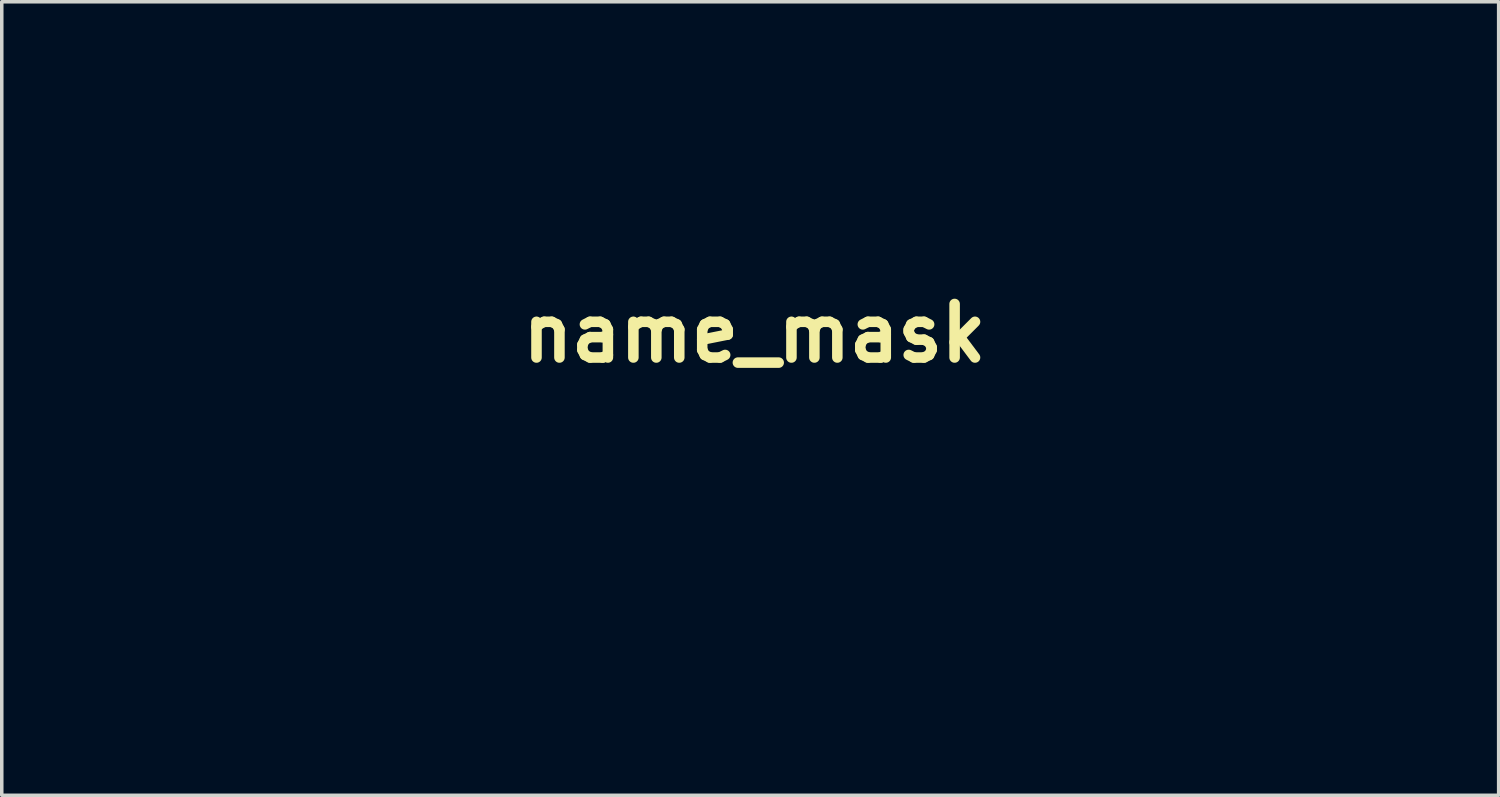
<source format=kicad_pcb>
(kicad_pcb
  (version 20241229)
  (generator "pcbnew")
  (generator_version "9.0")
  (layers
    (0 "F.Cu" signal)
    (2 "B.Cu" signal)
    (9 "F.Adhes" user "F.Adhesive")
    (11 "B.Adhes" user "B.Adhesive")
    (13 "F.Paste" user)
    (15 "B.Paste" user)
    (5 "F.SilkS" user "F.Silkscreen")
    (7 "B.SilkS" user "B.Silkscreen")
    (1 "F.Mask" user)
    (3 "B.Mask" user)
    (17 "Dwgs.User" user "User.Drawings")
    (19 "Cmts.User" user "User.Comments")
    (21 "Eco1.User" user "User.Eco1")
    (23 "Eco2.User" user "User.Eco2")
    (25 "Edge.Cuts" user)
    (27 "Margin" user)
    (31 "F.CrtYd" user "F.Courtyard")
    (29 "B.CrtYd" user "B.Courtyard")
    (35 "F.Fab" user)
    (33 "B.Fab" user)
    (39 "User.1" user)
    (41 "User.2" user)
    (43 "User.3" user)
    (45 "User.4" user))
  (footprint "name_mask"
    (layer "F.Cu")
    (at 18.426 6.437)
    (property "Reference" "name_mask" (at 0 0 0) (layer "F.SilkS") (effects (font (size 1.524 1.524) (thickness 0.3))))
    (attr through_hole)
    (fp_poly (pts (xy 7.751 10.055) (xy 7.758 10.061) (xy 7.772 10.101) (xy 7.753 10.137) (xy 7.729 10.145) (xy 7.697 10.126) (xy 7.69 10.117) (xy 7.687 10.078) (xy 7.714 10.052) (xy 7.751 10.055)) (stroke (width 0.01) (type solid)) (fill yes) (layer "F.Mask"))
    (fp_poly (pts (xy 4.458 1.788) (xy 4.535 1.84) (xy 4.589 1.922) (xy 4.607 2.021) (xy 4.588 2.132) (xy 4.53 2.212) (xy 4.461 2.252) (xy 4.403 2.275) (xy 4.37 2.286) (xy 4.368 2.286) (xy 4.341 2.277) (xy 4.31 2.267) (xy 4.207 2.212) (xy 4.142 2.131) (xy 4.117 2.036) (xy 4.137 1.936) (xy 4.189 1.855) (xy 4.274 1.791) (xy 4.367 1.771) (xy 4.458 1.788)) (stroke (width 0.01) (type solid)) (fill yes) (layer "F.Mask"))
    (fp_poly (pts (xy -16.852 -5.479) (xy -16.761 -5.442) (xy -16.715 -5.419) (xy -16.51 -5.298) (xy -16.338 -5.168) (xy -16.201 -5.032) (xy -16.102 -4.893) (xy -16.042 -4.757) (xy -16.024 -4.626) (xy -16.049 -4.503) (xy -16.12 -4.393) (xy -16.132 -4.381) (xy -16.226 -4.314) (xy -16.321 -4.295) (xy -16.411 -4.325) (xy -16.456 -4.361) (xy -16.505 -4.432) (xy -16.549 -4.548) (xy -16.574 -4.64) (xy -16.63 -4.841) (xy -16.687 -5.006) (xy -16.752 -5.149) (xy -16.831 -5.284) (xy -16.834 -5.289) (xy -16.893 -5.389) (xy -16.916 -5.454) (xy -16.903 -5.483) (xy -16.852 -5.479)) (stroke (width 0.01) (type solid)) (fill yes) (layer "F.Mask"))
    (fp_poly (pts (xy 7.413 -1.786) (xy 7.504 -1.752) (xy 7.557 -1.727) (xy 7.808 -1.584) (xy 8.027 -1.426) (xy 8.208 -1.257) (xy 8.346 -1.082) (xy 8.403 -0.981) (xy 8.457 -0.833) (xy 8.476 -0.69) (xy 8.463 -0.56) (xy 8.419 -0.449) (xy 8.347 -0.366) (xy 8.25 -0.316) (xy 8.167 -0.306) (xy 8.097 -0.316) (xy 8.054 -0.333) (xy 8.006 -0.377) (xy 7.96 -0.458) (xy 7.914 -0.579) (xy 7.867 -0.741) (xy 7.793 -0.985) (xy 7.709 -1.192) (xy 7.609 -1.377) (xy 7.485 -1.554) (xy 7.444 -1.605) (xy 7.376 -1.698) (xy 7.349 -1.759) (xy 7.361 -1.788) (xy 7.413 -1.786)) (stroke (width 0.01) (type solid)) (fill yes) (layer "F.Mask"))
    (fp_poly (pts (xy -10.976 -4.971) (xy -10.92 -4.941) (xy -10.84 -4.887) (xy -10.73 -4.803) (xy -10.683 -4.766) (xy -10.522 -4.623) (xy -10.39 -4.472) (xy -10.291 -4.321) (xy -10.229 -4.176) (xy -10.208 -4.043) (xy -10.213 -3.984) (xy -10.253 -3.866) (xy -10.318 -3.774) (xy -10.401 -3.712) (xy -10.493 -3.688) (xy -10.585 -3.705) (xy -10.62 -3.725) (xy -10.663 -3.769) (xy -10.697 -3.838) (xy -10.725 -3.942) (xy -10.751 -4.087) (xy -10.755 -4.113) (xy -10.822 -4.418) (xy -10.938 -4.704) (xy -10.976 -4.776) (xy -11.024 -4.871) (xy -11.045 -4.932) (xy -11.038 -4.964) (xy -11.038 -4.965) (xy -11.013 -4.977) (xy -10.976 -4.971)) (stroke (width 0.01) (type solid)) (fill yes) (layer "F.Mask"))
    (fp_poly (pts (xy 2.276 -4.505) (xy 2.361 -4.451) (xy 2.461 -4.371) (xy 2.546 -4.297) (xy 2.617 -4.228) (xy 2.664 -4.174) (xy 2.674 -4.157) (xy 2.689 -4.125) (xy 2.697 -4.098) (xy 2.696 -4.077) (xy 2.68 -4.059) (xy 2.646 -4.046) (xy 2.589 -4.036) (xy 2.506 -4.028) (xy 2.392 -4.022) (xy 2.242 -4.018) (xy 2.053 -4.015) (xy 1.821 -4.013) (xy 1.61 -4.01) (xy 1.38 -4.008) (xy 1.165 -4.004) (xy 0.97 -4) (xy 0.8 -3.996) (xy 0.662 -3.991) (xy 0.561 -3.987) (xy 0.502 -3.982) (xy 0.491 -3.98) (xy 0.455 -3.974) (xy 0.432 -3.994) (xy 0.413 -4.051) (xy 0.407 -4.072) (xy 0.386 -4.151) (xy 0.369 -4.215) (xy 0.365 -4.229) (xy 0.363 -4.263) (xy 0.396 -4.262) (xy 0.4 -4.261) (xy 0.473 -4.246) (xy 0.589 -4.231) (xy 0.738 -4.219) (xy 0.913 -4.209) (xy 1.104 -4.201) (xy 1.302 -4.197) (xy 1.411 -4.196) (xy 1.869 -4.196) (xy 2.002 -4.361) (xy 2.081 -4.452) (xy 2.146 -4.506) (xy 2.207 -4.524) (xy 2.276 -4.505)) (stroke (width 0.01) (type solid)) (fill yes) (layer "F.Mask"))
    (fp_poly (pts (xy 7.952 2.341) (xy 7.97 2.355) (xy 7.98 2.39) (xy 7.983 2.456) (xy 7.984 2.555) (xy 7.984 2.771) (xy 8.496 2.771) (xy 8.478 2.854) (xy 8.458 2.916) (xy 8.433 2.954) (xy 8.432 2.955) (xy 8.394 2.964) (xy 8.32 2.971) (xy 8.223 2.974) (xy 8.191 2.974) (xy 7.978 2.975) (xy 7.99 3.604) (xy 7.995 3.832) (xy 8.003 4.02) (xy 8.012 4.166) (xy 8.022 4.265) (xy 8.032 4.314) (xy 8.075 4.383) (xy 8.138 4.412) (xy 8.225 4.402) (xy 8.339 4.354) (xy 8.442 4.309) (xy 8.512 4.295) (xy 8.545 4.31) (xy 8.538 4.35) (xy 8.489 4.412) (xy 8.449 4.45) (xy 8.308 4.549) (xy 8.159 4.609) (xy 8.011 4.627) (xy 7.873 4.601) (xy 7.833 4.583) (xy 7.758 4.533) (xy 7.696 4.471) (xy 7.693 4.467) (xy 7.677 4.443) (xy 7.665 4.415) (xy 7.656 4.377) (xy 7.649 4.323) (xy 7.643 4.246) (xy 7.64 4.141) (xy 7.637 4.001) (xy 7.634 3.819) (xy 7.633 3.685) (xy 7.625 2.975) (xy 7.497 2.975) (xy 7.422 2.973) (xy 7.386 2.964) (xy 7.376 2.939) (xy 7.378 2.906) (xy 7.395 2.853) (xy 7.442 2.826) (xy 7.468 2.82) (xy 7.552 2.795) (xy 7.62 2.751) (xy 7.681 2.679) (xy 7.745 2.57) (xy 7.764 2.533) (xy 7.815 2.436) (xy 7.854 2.377) (xy 7.887 2.347) (xy 7.922 2.339) (xy 7.923 2.339) (xy 7.952 2.341)) (stroke (width 0.01) (type solid)) (fill yes) (layer "F.Mask"))
    (fp_poly (pts (xy -16.01 2.748) (xy -15.845 2.788) (xy -15.7 2.86) (xy -15.564 2.968) (xy -15.533 2.998) (xy -15.403 3.162) (xy -15.315 3.347) (xy -15.269 3.545) (xy -15.265 3.748) (xy -15.304 3.948) (xy -15.384 4.138) (xy -15.506 4.31) (xy -15.539 4.345) (xy -15.705 4.478) (xy -15.897 4.568) (xy -16.111 4.614) (xy -16.182 4.619) (xy -16.315 4.619) (xy -16.429 4.607) (xy -16.488 4.593) (xy -16.701 4.5) (xy -16.875 4.376) (xy -17.009 4.22) (xy -17.102 4.036) (xy -17.138 3.913) (xy -17.161 3.692) (xy -17.145 3.541) (xy -16.747 3.541) (xy -16.733 3.745) (xy -16.69 3.944) (xy -16.621 4.123) (xy -16.571 4.211) (xy -16.462 4.335) (xy -16.334 4.415) (xy -16.194 4.448) (xy -16.047 4.433) (xy -15.941 4.392) (xy -15.86 4.34) (xy -15.799 4.27) (xy -15.758 4.199) (xy -15.721 4.12) (xy -15.7 4.047) (xy -15.69 3.962) (xy -15.687 3.85) (xy -15.704 3.597) (xy -15.751 3.376) (xy -15.829 3.191) (xy -15.937 3.045) (xy -15.966 3.017) (xy -16.085 2.94) (xy -16.217 2.905) (xy -16.352 2.91) (xy -16.479 2.952) (xy -16.589 3.029) (xy -16.671 3.139) (xy -16.687 3.174) (xy -16.733 3.346) (xy -16.747 3.541) (xy -17.145 3.541) (xy -17.138 3.479) (xy -17.07 3.28) (xy -16.962 3.101) (xy -16.815 2.948) (xy -16.634 2.828) (xy -16.603 2.813) (xy -16.514 2.774) (xy -16.439 2.751) (xy -16.359 2.739) (xy -16.253 2.736) (xy -16.209 2.736) (xy -16.01 2.748)) (stroke (width 0.01) (type solid)) (fill yes) (layer "F.Mask"))
    (fp_poly (pts (xy 13.382 2.748) (xy 13.547 2.788) (xy 13.691 2.86) (xy 13.828 2.968) (xy 13.859 2.998) (xy 13.989 3.162) (xy 14.077 3.347) (xy 14.123 3.545) (xy 14.126 3.748) (xy 14.088 3.948) (xy 14.008 4.138) (xy 13.886 4.31) (xy 13.853 4.345) (xy 13.687 4.478) (xy 13.495 4.568) (xy 13.281 4.614) (xy 13.21 4.619) (xy 13.077 4.619) (xy 12.963 4.607) (xy 12.903 4.593) (xy 12.69 4.5) (xy 12.516 4.376) (xy 12.383 4.22) (xy 12.29 4.036) (xy 12.254 3.913) (xy 12.23 3.692) (xy 12.247 3.541) (xy 12.644 3.541) (xy 12.659 3.745) (xy 12.702 3.944) (xy 12.771 4.123) (xy 12.821 4.211) (xy 12.93 4.335) (xy 13.058 4.415) (xy 13.198 4.448) (xy 13.345 4.433) (xy 13.45 4.392) (xy 13.531 4.34) (xy 13.593 4.27) (xy 13.634 4.199) (xy 13.671 4.12) (xy 13.692 4.047) (xy 13.702 3.962) (xy 13.704 3.85) (xy 13.688 3.597) (xy 13.641 3.376) (xy 13.563 3.191) (xy 13.455 3.045) (xy 13.426 3.017) (xy 13.307 2.94) (xy 13.175 2.905) (xy 13.04 2.91) (xy 12.913 2.952) (xy 12.803 3.029) (xy 12.721 3.139) (xy 12.704 3.174) (xy 12.659 3.346) (xy 12.644 3.541) (xy 12.247 3.541) (xy 12.254 3.479) (xy 12.321 3.28) (xy 12.43 3.101) (xy 12.577 2.948) (xy 12.758 2.828) (xy 12.789 2.813) (xy 12.877 2.774) (xy 12.952 2.751) (xy 13.033 2.739) (xy 13.139 2.736) (xy 13.183 2.736) (xy 13.382 2.748)) (stroke (width 0.01) (type solid)) (fill yes) (layer "F.Mask"))
    (fp_poly (pts (xy 4.548 2.734) (xy 4.551 2.762) (xy 4.554 2.835) (xy 4.555 2.946) (xy 4.556 3.09) (xy 4.556 3.259) (xy 4.555 3.449) (xy 4.554 3.556) (xy 4.552 3.784) (xy 4.55 3.968) (xy 4.551 4.11) (xy 4.554 4.219) (xy 4.562 4.297) (xy 4.574 4.352) (xy 4.592 4.388) (xy 4.617 4.411) (xy 4.65 4.426) (xy 4.693 4.438) (xy 4.723 4.446) (xy 4.793 4.472) (xy 4.825 4.503) (xy 4.831 4.533) (xy 4.83 4.553) (xy 4.821 4.568) (xy 4.799 4.578) (xy 4.755 4.584) (xy 4.684 4.587) (xy 4.578 4.589) (xy 4.43 4.589) (xy 4.37 4.589) (xy 4.195 4.588) (xy 4.066 4.585) (xy 3.977 4.58) (xy 3.923 4.572) (xy 3.899 4.56) (xy 3.897 4.557) (xy 3.902 4.508) (xy 3.948 4.466) (xy 4.022 4.44) (xy 4.065 4.431) (xy 4.099 4.419) (xy 4.125 4.399) (xy 4.143 4.365) (xy 4.156 4.311) (xy 4.164 4.231) (xy 4.168 4.12) (xy 4.169 3.972) (xy 4.17 3.781) (xy 4.17 3.699) (xy 4.17 3.491) (xy 4.169 3.327) (xy 4.166 3.202) (xy 4.159 3.111) (xy 4.147 3.046) (xy 4.129 3.003) (xy 4.103 2.976) (xy 4.069 2.958) (xy 4.024 2.944) (xy 3.995 2.936) (xy 3.924 2.904) (xy 3.895 2.858) (xy 3.895 2.853) (xy 3.895 2.817) (xy 3.92 2.801) (xy 3.982 2.797) (xy 3.987 2.797) (xy 4.059 2.792) (xy 4.162 2.78) (xy 4.276 2.764) (xy 4.31 2.758) (xy 4.411 2.742) (xy 4.491 2.733) (xy 4.54 2.732) (xy 4.548 2.734)) (stroke (width 0.01) (type solid)) (fill yes) (layer "F.Mask"))
    (fp_poly (pts (xy -11.214 -2.862) (xy -11.152 -2.834) (xy -11.062 -2.791) (xy -10.955 -2.738) (xy -10.945 -2.733) (xy -10.66 -2.593) (xy -9.12 -2.593) (xy -8.973 -2.733) (xy -8.892 -2.807) (xy -8.832 -2.847) (xy -8.78 -2.852) (xy -8.719 -2.825) (xy -8.637 -2.767) (xy -8.632 -2.763) (xy -8.523 -2.675) (xy -8.433 -2.593) (xy -8.37 -2.524) (xy -8.341 -2.474) (xy -8.34 -2.466) (xy -8.357 -2.425) (xy -8.4 -2.368) (xy -8.428 -2.339) (xy -8.517 -2.253) (xy -8.53 -0.244) (xy -8.617 -0.185) (xy -8.722 -0.138) (xy -8.832 -0.126) (xy -8.932 -0.15) (xy -8.989 -0.19) (xy -9.025 -0.235) (xy -9.044 -0.288) (xy -9.051 -0.368) (xy -9.051 -0.406) (xy -9.051 -0.559) (xy -10.73 -0.559) (xy -10.73 -0.368) (xy -10.731 -0.265) (xy -10.74 -0.199) (xy -10.758 -0.155) (xy -10.789 -0.116) (xy -10.792 -0.113) (xy -10.853 -0.07) (xy -10.915 -0.051) (xy -10.917 -0.051) (xy -10.98 -0.047) (xy -11.013 -0.04) (xy -11.06 -0.04) (xy -11.126 -0.053) (xy -11.129 -0.054) (xy -11.189 -0.077) (xy -11.225 -0.102) (xy -11.226 -0.103) (xy -11.229 -0.132) (xy -11.232 -0.206) (xy -11.234 -0.318) (xy -11.237 -0.464) (xy -11.239 -0.638) (xy -11.241 -0.835) (xy -11.243 -1.047) (xy -11.245 -1.271) (xy -11.246 -1.5) (xy -11.247 -1.729) (xy -11.248 -1.952) (xy -11.248 -2.163) (xy -11.248 -2.357) (xy -11.248 -2.39) (xy -10.73 -2.39) (xy -10.73 -0.763) (xy -9.051 -0.763) (xy -9.051 -2.39) (xy -10.73 -2.39) (xy -11.248 -2.39) (xy -11.247 -2.528) (xy -11.246 -2.671) (xy -11.245 -2.78) (xy -11.242 -2.849) (xy -11.24 -2.873) (xy -11.214 -2.862)) (stroke (width 0.01) (type solid)) (fill yes) (layer "F.Mask"))
    (fp_poly (pts (xy -10.132 -6.35) (xy -10.066 -6.343) (xy -9.97 -6.331) (xy -9.864 -6.317) (xy -9.682 -6.288) (xy -9.548 -6.257) (xy -9.456 -6.224) (xy -9.404 -6.187) (xy -9.391 -6.166) (xy -9.397 -6.115) (xy -9.44 -6.056) (xy -9.513 -6) (xy -9.541 -5.984) (xy -9.571 -5.967) (xy -9.591 -5.946) (xy -9.603 -5.912) (xy -9.609 -5.854) (xy -9.611 -5.763) (xy -9.611 -5.669) (xy -9.611 -5.39) (xy -8.886 -5.391) (xy -8.726 -5.568) (xy -8.641 -5.658) (xy -8.574 -5.716) (xy -8.513 -5.741) (xy -8.45 -5.733) (xy -8.374 -5.691) (xy -8.276 -5.616) (xy -8.2 -5.553) (xy -8.108 -5.473) (xy -8.029 -5.403) (xy -7.974 -5.35) (xy -7.95 -5.322) (xy -7.938 -5.302) (xy -7.931 -5.284) (xy -7.932 -5.269) (xy -7.944 -5.257) (xy -7.971 -5.246) (xy -8.015 -5.237) (xy -8.081 -5.23) (xy -8.171 -5.224) (xy -8.289 -5.22) (xy -8.439 -5.216) (xy -8.623 -5.213) (xy -8.845 -5.211) (xy -9.109 -5.209) (xy -9.417 -5.207) (xy -9.705 -5.206) (xy -10 -5.204) (xy -10.281 -5.201) (xy -10.543 -5.198) (xy -10.784 -5.195) (xy -10.997 -5.192) (xy -11.179 -5.189) (xy -11.326 -5.185) (xy -11.433 -5.181) (xy -11.496 -5.178) (xy -11.511 -5.176) (xy -11.557 -5.17) (xy -11.585 -5.202) (xy -11.592 -5.219) (xy -11.614 -5.29) (xy -11.633 -5.372) (xy -11.633 -5.372) (xy -11.649 -5.46) (xy -11.539 -5.437) (xy -11.484 -5.43) (xy -11.385 -5.422) (xy -11.253 -5.415) (xy -11.095 -5.408) (xy -10.919 -5.402) (xy -10.774 -5.398) (xy -10.119 -5.383) (xy -10.121 -5.609) (xy -10.124 -5.743) (xy -10.13 -5.899) (xy -10.14 -6.049) (xy -10.143 -6.089) (xy -10.151 -6.197) (xy -10.157 -6.283) (xy -10.159 -6.338) (xy -10.158 -6.35) (xy -10.132 -6.35)) (stroke (width 0.01) (type solid)) (fill yes) (layer "F.Mask"))
    (fp_poly (pts (xy -8.943 -4.96) (xy -8.779 -4.901) (xy -8.64 -4.843) (xy -8.53 -4.789) (xy -8.458 -4.743) (xy -8.43 -4.712) (xy -8.434 -4.658) (xy -8.478 -4.609) (xy -8.554 -4.573) (xy -8.593 -4.564) (xy -8.637 -4.553) (xy -8.675 -4.533) (xy -8.715 -4.495) (xy -8.765 -4.432) (xy -8.832 -4.336) (xy -8.856 -4.302) (xy -8.941 -4.179) (xy -9.046 -4.037) (xy -9.154 -3.894) (xy -9.238 -3.788) (xy -9.453 -3.521) (xy -9.119 -3.514) (xy -8.784 -3.507) (xy -8.607 -3.699) (xy -8.528 -3.78) (xy -8.458 -3.843) (xy -8.406 -3.883) (xy -8.385 -3.891) (xy -8.341 -3.874) (xy -8.272 -3.829) (xy -8.186 -3.765) (xy -8.092 -3.687) (xy -7.998 -3.605) (xy -7.915 -3.526) (xy -7.849 -3.458) (xy -7.812 -3.407) (xy -7.806 -3.39) (xy -7.826 -3.353) (xy -7.853 -3.333) (xy -7.886 -3.328) (xy -7.965 -3.324) (xy -8.084 -3.319) (xy -8.239 -3.315) (xy -8.426 -3.312) (xy -8.638 -3.309) (xy -8.872 -3.306) (xy -9.123 -3.304) (xy -9.386 -3.302) (xy -9.656 -3.3) (xy -9.928 -3.299) (xy -10.198 -3.298) (xy -10.461 -3.298) (xy -10.712 -3.299) (xy -10.946 -3.3) (xy -11.159 -3.301) (xy -11.346 -3.303) (xy -11.501 -3.306) (xy -11.621 -3.309) (xy -11.701 -3.313) (xy -11.735 -3.317) (xy -11.736 -3.318) (xy -11.759 -3.399) (xy -11.777 -3.476) (xy -11.786 -3.533) (xy -11.785 -3.555) (xy -11.757 -3.556) (xy -11.693 -3.549) (xy -11.612 -3.537) (xy -11.54 -3.529) (xy -11.421 -3.522) (xy -11.262 -3.517) (xy -11.067 -3.513) (xy -10.841 -3.51) (xy -10.59 -3.509) (xy -10.559 -3.509) (xy -9.669 -3.509) (xy -9.561 -3.754) (xy -9.405 -4.13) (xy -9.285 -4.469) (xy -9.201 -4.773) (xy -9.168 -4.937) (xy -9.152 -5.03) (xy -8.943 -4.96)) (stroke (width 0.01) (type solid)) (fill yes) (layer "F.Mask"))
    (fp_poly (pts (xy 12.032 2.745) (xy 12.059 2.755) (xy 12.14 2.811) (xy 12.177 2.892) (xy 12.175 2.966) (xy 12.148 3.003) (xy 12.088 3.05) (xy 12.021 3.089) (xy 11.877 3.164) (xy 11.816 3.108) (xy 11.734 3.059) (xy 11.645 3.055) (xy 11.559 3.091) (xy 11.482 3.162) (xy 11.422 3.265) (xy 11.393 3.357) (xy 11.383 3.427) (xy 11.375 3.536) (xy 11.369 3.671) (xy 11.366 3.82) (xy 11.365 3.9) (xy 11.366 4.068) (xy 11.37 4.193) (xy 11.383 4.283) (xy 11.409 4.344) (xy 11.453 4.386) (xy 11.52 4.416) (xy 11.613 4.441) (xy 11.702 4.46) (xy 11.756 4.486) (xy 11.772 4.533) (xy 11.772 4.59) (xy 11.248 4.59) (xy 11.06 4.589) (xy 10.919 4.586) (xy 10.818 4.582) (xy 10.753 4.574) (xy 10.719 4.565) (xy 10.711 4.557) (xy 10.716 4.508) (xy 10.762 4.466) (xy 10.836 4.44) (xy 10.879 4.431) (xy 10.913 4.419) (xy 10.939 4.399) (xy 10.958 4.364) (xy 10.97 4.31) (xy 10.978 4.229) (xy 10.982 4.117) (xy 10.984 3.967) (xy 10.984 3.774) (xy 10.984 3.709) (xy 10.984 3.509) (xy 10.983 3.353) (xy 10.981 3.235) (xy 10.977 3.15) (xy 10.972 3.091) (xy 10.964 3.051) (xy 10.953 3.025) (xy 10.938 3.006) (xy 10.933 3) (xy 10.878 2.962) (xy 10.833 2.949) (xy 10.751 2.935) (xy 10.71 2.892) (xy 10.704 2.858) (xy 10.709 2.821) (xy 10.733 2.803) (xy 10.788 2.796) (xy 10.825 2.796) (xy 10.915 2.79) (xy 11.028 2.777) (xy 11.123 2.761) (xy 11.215 2.745) (xy 11.29 2.737) (xy 11.332 2.739) (xy 11.333 2.739) (xy 11.354 2.774) (xy 11.364 2.857) (xy 11.365 2.906) (xy 11.365 3.061) (xy 11.461 2.97) (xy 11.617 2.839) (xy 11.763 2.759) (xy 11.901 2.727) (xy 12.032 2.745)) (stroke (width 0.01) (type solid)) (fill yes) (layer "F.Mask"))
    (fp_poly (pts (xy -7.432 2.749) (xy -7.282 2.797) (xy -7.155 2.881) (xy -7.08 2.957) (xy -7.011 3.063) (xy -6.95 3.199) (xy -6.908 3.343) (xy -6.89 3.475) (xy -6.89 3.483) (xy -6.89 3.579) (xy -7.024 3.594) (xy -7.092 3.6) (xy -7.2 3.606) (xy -7.337 3.613) (xy -7.493 3.62) (xy -7.647 3.626) (xy -8.136 3.643) (xy -8.136 3.725) (xy -8.117 3.859) (xy -8.067 4.001) (xy -7.992 4.132) (xy -7.954 4.181) (xy -7.827 4.29) (xy -7.679 4.357) (xy -7.52 4.382) (xy -7.358 4.364) (xy -7.202 4.304) (xy -7.064 4.203) (xy -6.999 4.16) (xy -6.942 4.152) (xy -6.903 4.179) (xy -6.895 4.2) (xy -6.908 4.252) (xy -6.957 4.319) (xy -7.032 4.392) (xy -7.125 4.464) (xy -7.227 4.524) (xy -7.236 4.529) (xy -7.326 4.57) (xy -7.406 4.595) (xy -7.496 4.609) (xy -7.614 4.617) (xy -7.634 4.618) (xy -7.766 4.62) (xy -7.866 4.613) (xy -7.951 4.595) (xy -8.006 4.577) (xy -8.181 4.489) (xy -8.323 4.364) (xy -8.434 4.2) (xy -8.446 4.176) (xy -8.484 4.097) (xy -8.508 4.033) (xy -8.522 3.968) (xy -8.528 3.886) (xy -8.53 3.775) (xy -8.53 3.725) (xy -8.529 3.598) (xy -8.525 3.508) (xy -8.517 3.458) (xy -8.154 3.458) (xy -7.897 3.455) (xy -7.764 3.452) (xy -7.629 3.446) (xy -7.513 3.439) (xy -7.475 3.436) (xy -7.31 3.42) (xy -7.318 3.318) (xy -7.35 3.182) (xy -7.416 3.063) (xy -7.508 2.971) (xy -7.617 2.913) (xy -7.71 2.898) (xy -7.847 2.922) (xy -7.963 2.989) (xy -8.053 3.096) (xy -8.114 3.24) (xy -8.134 3.329) (xy -8.154 3.458) (xy -8.517 3.458) (xy -8.514 3.439) (xy -8.493 3.376) (xy -8.461 3.304) (xy -8.448 3.277) (xy -8.332 3.096) (xy -8.178 2.939) (xy -7.999 2.819) (xy -7.964 2.801) (xy -7.873 2.764) (xy -7.789 2.743) (xy -7.689 2.735) (xy -7.615 2.734) (xy -7.432 2.749)) (stroke (width 0.01) (type solid)) (fill yes) (layer "F.Mask"))
    (fp_poly (pts (xy -1.031 -6.399) (xy -0.941 -6.376) (xy -0.83 -6.342) (xy -0.709 -6.303) (xy -0.59 -6.261) (xy -0.486 -6.22) (xy -0.407 -6.186) (xy -0.368 -6.162) (xy -0.325 -6.102) (xy -0.332 -6.048) (xy -0.388 -6.001) (xy -0.477 -5.967) (xy -0.597 -5.932) (xy -0.714 -5.604) (xy -0.858 -5.218) (xy -1.005 -4.872) (xy -1.159 -4.555) (xy -1.184 -4.508) (xy -1.239 -4.403) (xy -1.283 -4.314) (xy -1.312 -4.252) (xy -1.322 -4.225) (xy -1.299 -4.208) (xy -1.242 -4.192) (xy -1.211 -4.187) (xy -1.092 -4.162) (xy -1.005 -4.125) (xy -0.958 -4.081) (xy -0.955 -4.075) (xy -0.956 -4.015) (xy -1 -3.956) (xy -1.067 -3.916) (xy -1.144 -3.884) (xy -1.144 -0.047) (xy -1.218 0.027) (xy -1.276 0.075) (xy -1.329 0.101) (xy -1.339 0.102) (xy -1.405 0.108) (xy -1.437 0.113) (xy -1.496 0.113) (xy -1.569 0.099) (xy -1.569 0.099) (xy -1.635 0.067) (xy -1.679 0.023) (xy -1.68 0.023) (xy -1.685 -0.004) (xy -1.69 -0.061) (xy -1.693 -0.151) (xy -1.694 -0.277) (xy -1.695 -0.44) (xy -1.694 -0.644) (xy -1.692 -0.889) (xy -1.689 -1.179) (xy -1.684 -1.515) (xy -1.679 -1.849) (xy -1.674 -2.148) (xy -1.67 -2.432) (xy -1.667 -2.697) (xy -1.664 -2.939) (xy -1.662 -3.154) (xy -1.66 -3.338) (xy -1.659 -3.486) (xy -1.659 -3.595) (xy -1.66 -3.66) (xy -1.661 -3.678) (xy -1.68 -3.664) (xy -1.724 -3.616) (xy -1.786 -3.542) (xy -1.861 -3.448) (xy -1.877 -3.427) (xy -2.037 -3.228) (xy -2.17 -3.071) (xy -2.277 -2.956) (xy -2.357 -2.884) (xy -2.41 -2.855) (xy -2.424 -2.855) (xy -2.46 -2.889) (xy -2.457 -2.948) (xy -2.415 -3.036) (xy -2.389 -3.076) (xy -2.177 -3.41) (xy -1.976 -3.773) (xy -1.787 -4.155) (xy -1.615 -4.549) (xy -1.463 -4.946) (xy -1.333 -5.336) (xy -1.23 -5.713) (xy -1.157 -6.066) (xy -1.13 -6.261) (xy -1.117 -6.339) (xy -1.1 -6.393) (xy -1.087 -6.407) (xy -1.031 -6.399)) (stroke (width 0.01) (type solid)) (fill yes) (layer "F.Mask"))
    (fp_poly (pts (xy 3.615 2.744) (xy 3.697 2.786) (xy 3.748 2.853) (xy 3.762 2.94) (xy 3.759 2.964) (xy 3.733 2.999) (xy 3.675 3.045) (xy 3.608 3.086) (xy 3.466 3.163) (xy 3.395 3.107) (xy 3.3 3.059) (xy 3.203 3.061) (xy 3.107 3.114) (xy 3.104 3.117) (xy 3.053 3.169) (xy 3.014 3.235) (xy 2.986 3.321) (xy 2.967 3.434) (xy 2.955 3.581) (xy 2.95 3.768) (xy 2.949 3.88) (xy 2.95 4.039) (xy 2.951 4.155) (xy 2.954 4.236) (xy 2.96 4.289) (xy 2.971 4.323) (xy 2.987 4.346) (xy 3.008 4.365) (xy 3.013 4.368) (xy 3.082 4.407) (xy 3.165 4.434) (xy 3.172 4.435) (xy 3.267 4.454) (xy 3.323 4.473) (xy 3.349 4.497) (xy 3.356 4.532) (xy 3.356 4.534) (xy 3.355 4.553) (xy 3.347 4.567) (xy 3.327 4.577) (xy 3.287 4.584) (xy 3.221 4.588) (xy 3.123 4.589) (xy 2.985 4.59) (xy 2.832 4.59) (xy 2.644 4.589) (xy 2.503 4.586) (xy 2.402 4.582) (xy 2.337 4.574) (xy 2.303 4.565) (xy 2.295 4.557) (xy 2.3 4.508) (xy 2.346 4.466) (xy 2.42 4.44) (xy 2.464 4.43) (xy 2.499 4.418) (xy 2.525 4.397) (xy 2.543 4.362) (xy 2.555 4.305) (xy 2.563 4.223) (xy 2.567 4.107) (xy 2.568 3.954) (xy 2.568 3.755) (xy 2.568 3.736) (xy 2.567 3.559) (xy 2.564 3.395) (xy 2.56 3.254) (xy 2.555 3.142) (xy 2.549 3.068) (xy 2.544 3.042) (xy 2.525 3.004) (xy 2.494 2.978) (xy 2.439 2.958) (xy 2.358 2.939) (xy 2.305 2.914) (xy 2.288 2.866) (xy 2.288 2.86) (xy 2.293 2.822) (xy 2.315 2.803) (xy 2.369 2.797) (xy 2.409 2.796) (xy 2.499 2.79) (xy 2.612 2.776) (xy 2.708 2.76) (xy 2.819 2.742) (xy 2.889 2.744) (xy 2.929 2.771) (xy 2.946 2.83) (xy 2.949 2.918) (xy 2.949 3.058) (xy 3.072 2.943) (xy 3.15 2.875) (xy 3.226 2.818) (xy 3.273 2.788) (xy 3.395 2.742) (xy 3.512 2.728) (xy 3.615 2.744)) (stroke (width 0.01) (type solid)) (fill yes) (layer "F.Mask"))
    (fp_poly (pts (xy 1.233 -6.423) (xy 1.298 -6.408) (xy 1.39 -6.383) (xy 1.496 -6.35) (xy 1.606 -6.314) (xy 1.709 -6.279) (xy 1.793 -6.246) (xy 1.837 -6.226) (xy 1.908 -6.175) (xy 1.932 -6.123) (xy 1.909 -6.075) (xy 1.862 -6.046) (xy 1.81 -6.023) (xy 1.784 -6.01) (xy 1.793 -5.988) (xy 1.826 -5.934) (xy 1.875 -5.856) (xy 1.909 -5.805) (xy 1.992 -5.694) (xy 2.106 -5.561) (xy 2.239 -5.416) (xy 2.384 -5.268) (xy 2.53 -5.126) (xy 2.67 -5) (xy 2.794 -4.899) (xy 2.863 -4.849) (xy 3.115 -4.7) (xy 3.404 -4.559) (xy 3.716 -4.432) (xy 4.038 -4.324) (xy 4.195 -4.28) (xy 4.268 -4.25) (xy 4.291 -4.212) (xy 4.265 -4.169) (xy 4.19 -4.125) (xy 4.113 -4.085) (xy 4.055 -4.04) (xy 4.005 -3.975) (xy 3.95 -3.878) (xy 3.939 -3.855) (xy 3.898 -3.781) (xy 3.865 -3.742) (xy 3.827 -3.729) (xy 3.791 -3.729) (xy 3.711 -3.749) (xy 3.6 -3.799) (xy 3.465 -3.876) (xy 3.312 -3.974) (xy 3.149 -4.09) (xy 2.98 -4.218) (xy 2.814 -4.354) (xy 2.655 -4.494) (xy 2.517 -4.627) (xy 2.375 -4.777) (xy 2.245 -4.929) (xy 2.121 -5.091) (xy 1.997 -5.271) (xy 1.867 -5.479) (xy 1.724 -5.723) (xy 1.692 -5.78) (xy 1.622 -5.904) (xy 1.495 -5.692) (xy 1.241 -5.313) (xy 0.943 -4.944) (xy 0.608 -4.592) (xy 0.241 -4.264) (xy -0.15 -3.967) (xy -0.178 -3.948) (xy -0.277 -3.881) (xy -0.388 -3.81) (xy -0.503 -3.739) (xy -0.612 -3.672) (xy -0.707 -3.617) (xy -0.778 -3.578) (xy -0.818 -3.56) (xy -0.821 -3.56) (xy -0.845 -3.579) (xy -0.862 -3.605) (xy -0.874 -3.632) (xy -0.874 -3.657) (xy -0.856 -3.687) (xy -0.814 -3.728) (xy -0.744 -3.787) (xy -0.648 -3.864) (xy -0.398 -4.08) (xy -0.148 -4.326) (xy 0.096 -4.594) (xy 0.329 -4.876) (xy 0.546 -5.167) (xy 0.741 -5.458) (xy 0.908 -5.741) (xy 1.042 -6.011) (xy 1.121 -6.209) (xy 1.154 -6.303) (xy 1.182 -6.377) (xy 1.201 -6.419) (xy 1.204 -6.424) (xy 1.233 -6.423)) (stroke (width 0.01) (type solid)) (fill yes) (layer "F.Mask"))
    (fp_poly (pts (xy -10.28 3.1) (xy -10.135 2.959) (xy -10.026 2.863) (xy -9.93 2.799) (xy -9.828 2.759) (xy -9.702 2.735) (xy -9.683 2.733) (xy -9.5 2.734) (xy -9.332 2.779) (xy -9.184 2.865) (xy -9.058 2.988) (xy -8.959 3.143) (xy -8.891 3.325) (xy -8.856 3.532) (xy -8.855 3.719) (xy -8.895 3.936) (xy -8.979 4.135) (xy -9.105 4.309) (xy -9.268 4.454) (xy -9.427 4.547) (xy -9.593 4.6) (xy -9.783 4.619) (xy -9.981 4.603) (xy -10.174 4.554) (xy -10.174 4.554) (xy -10.343 4.493) (xy -10.458 4.56) (xy -10.55 4.609) (xy -10.606 4.626) (xy -10.629 4.613) (xy -10.63 4.608) (xy -10.63 4.58) (xy -10.63 4.506) (xy -10.63 4.39) (xy -10.63 4.238) (xy -10.63 4.055) (xy -10.63 4.05) (xy -10.272 4.05) (xy -10.27 4.128) (xy -10.264 4.18) (xy -10.253 4.215) (xy -10.237 4.242) (xy -10.217 4.264) (xy -10.159 4.313) (xy -10.077 4.366) (xy -10.03 4.39) (xy -9.943 4.426) (xy -9.86 4.443) (xy -9.757 4.444) (xy -9.732 4.443) (xy -9.634 4.436) (xy -9.569 4.42) (xy -9.518 4.391) (xy -9.481 4.36) (xy -9.388 4.24) (xy -9.322 4.087) (xy -9.283 3.913) (xy -9.271 3.728) (xy -9.285 3.541) (xy -9.326 3.365) (xy -9.394 3.209) (xy -9.489 3.084) (xy -9.492 3.081) (xy -9.594 3.008) (xy -9.711 2.966) (xy -9.826 2.959) (xy -9.892 2.976) (xy -10.018 3.05) (xy -10.13 3.158) (xy -10.203 3.265) (xy -10.224 3.31) (xy -10.239 3.36) (xy -10.25 3.424) (xy -10.257 3.511) (xy -10.263 3.63) (xy -10.267 3.784) (xy -10.271 3.938) (xy -10.272 4.05) (xy -10.63 4.05) (xy -10.63 3.845) (xy -10.629 3.614) (xy -10.628 3.366) (xy -10.628 3.293) (xy -10.628 2.954) (xy -10.628 2.663) (xy -10.63 2.419) (xy -10.634 2.222) (xy -10.638 2.074) (xy -10.643 1.976) (xy -10.65 1.928) (xy -10.651 1.926) (xy -10.684 1.875) (xy -10.744 1.84) (xy -10.792 1.826) (xy -10.874 1.794) (xy -10.92 1.755) (xy -10.925 1.714) (xy -10.915 1.701) (xy -10.882 1.688) (xy -10.811 1.674) (xy -10.718 1.659) (xy -10.691 1.655) (xy -10.576 1.64) (xy -10.462 1.625) (xy -10.374 1.613) (xy -10.369 1.612) (xy -10.25 1.595) (xy -10.28 3.1)) (stroke (width 0.01) (type solid)) (fill yes) (layer "F.Mask"))
    (fp_poly (pts (xy 9.72 2.731) (xy 9.877 2.766) (xy 10.007 2.833) (xy 10.036 2.856) (xy 10.084 2.901) (xy 10.123 2.947) (xy 10.152 2.999) (xy 10.175 3.064) (xy 10.19 3.15) (xy 10.202 3.262) (xy 10.21 3.408) (xy 10.216 3.594) (xy 10.219 3.725) (xy 10.226 3.953) (xy 10.234 4.133) (xy 10.243 4.265) (xy 10.254 4.351) (xy 10.266 4.391) (xy 10.301 4.429) (xy 10.362 4.449) (xy 10.418 4.454) (xy 10.502 4.469) (xy 10.542 4.496) (xy 10.544 4.53) (xy 10.512 4.565) (xy 10.452 4.597) (xy 10.366 4.619) (xy 10.266 4.627) (xy 10.127 4.606) (xy 10.013 4.542) (xy 9.931 4.44) (xy 9.928 4.434) (xy 9.874 4.33) (xy 9.793 4.426) (xy 9.689 4.514) (xy 9.552 4.579) (xy 9.395 4.618) (xy 9.23 4.628) (xy 9.072 4.607) (xy 9.017 4.59) (xy 8.891 4.521) (xy 8.799 4.42) (xy 8.745 4.297) (xy 8.733 4.159) (xy 8.737 4.138) (xy 9.154 4.138) (xy 9.177 4.252) (xy 9.23 4.348) (xy 9.263 4.379) (xy 9.344 4.415) (xy 9.449 4.423) (xy 9.556 4.405) (xy 9.637 4.367) (xy 9.731 4.281) (xy 9.794 4.17) (xy 9.83 4.025) (xy 9.84 3.859) (xy 9.839 3.751) (xy 9.835 3.685) (xy 9.826 3.652) (xy 9.81 3.643) (xy 9.795 3.645) (xy 9.746 3.657) (xy 9.668 3.675) (xy 9.606 3.689) (xy 9.43 3.744) (xy 9.294 3.824) (xy 9.211 3.913) (xy 9.165 4.019) (xy 9.154 4.138) (xy 8.737 4.138) (xy 8.764 4.015) (xy 8.786 3.966) (xy 8.865 3.855) (xy 8.984 3.758) (xy 9.148 3.674) (xy 9.357 3.6) (xy 9.509 3.56) (xy 9.642 3.527) (xy 9.734 3.501) (xy 9.792 3.476) (xy 9.823 3.447) (xy 9.837 3.409) (xy 9.84 3.357) (xy 9.84 3.339) (xy 9.824 3.176) (xy 9.777 3.047) (xy 9.701 2.957) (xy 9.598 2.908) (xy 9.518 2.898) (xy 9.419 2.906) (xy 9.348 2.934) (xy 9.291 2.993) (xy 9.236 3.092) (xy 9.234 3.097) (xy 9.171 3.205) (xy 9.096 3.272) (xy 8.995 3.311) (xy 8.922 3.324) (xy 8.846 3.324) (xy 8.808 3.296) (xy 8.805 3.234) (xy 8.823 3.165) (xy 8.884 3.052) (xy 8.989 2.945) (xy 9.129 2.85) (xy 9.195 2.817) (xy 9.368 2.755) (xy 9.547 2.727) (xy 9.72 2.731)) (stroke (width 0.01) (type solid)) (fill yes) (layer "F.Mask"))
    (fp_poly (pts (xy -11.857 2.733) (xy -11.703 2.773) (xy -11.573 2.843) (xy -11.474 2.942) (xy -11.449 2.982) (xy -11.434 3.017) (xy -11.423 3.064) (xy -11.414 3.131) (xy -11.406 3.223) (xy -11.4 3.349) (xy -11.394 3.514) (xy -11.39 3.674) (xy -11.384 3.89) (xy -11.377 4.061) (xy -11.368 4.192) (xy -11.355 4.289) (xy -11.338 4.356) (xy -11.314 4.4) (xy -11.283 4.426) (xy -11.242 4.439) (xy -11.193 4.445) (xy -11.108 4.461) (xy -11.062 4.497) (xy -11.059 4.502) (xy -11.048 4.54) (xy -11.072 4.567) (xy -11.104 4.582) (xy -11.168 4.599) (xy -11.26 4.61) (xy -11.332 4.613) (xy -11.462 4.602) (xy -11.56 4.562) (xy -11.635 4.486) (xy -11.666 4.437) (xy -11.696 4.382) (xy -11.715 4.35) (xy -11.715 4.349) (xy -11.734 4.36) (xy -11.773 4.4) (xy -11.799 4.43) (xy -11.895 4.512) (xy -12.026 4.575) (xy -12.178 4.615) (xy -12.337 4.629) (xy -12.489 4.615) (xy -12.539 4.603) (xy -12.68 4.537) (xy -12.786 4.437) (xy -12.815 4.392) (xy -12.849 4.318) (xy -12.862 4.247) (xy -12.857 4.152) (xy -12.857 4.149) (xy -12.855 4.14) (xy -12.433 4.14) (xy -12.418 4.245) (xy -12.385 4.325) (xy -12.381 4.331) (xy -12.298 4.398) (xy -12.193 4.428) (xy -12.078 4.42) (xy -11.967 4.374) (xy -11.942 4.357) (xy -11.858 4.276) (xy -11.801 4.169) (xy -11.766 4.029) (xy -11.751 3.87) (xy -11.74 3.633) (xy -11.813 3.65) (xy -12 3.695) (xy -12.142 3.74) (xy -12.249 3.788) (xy -12.326 3.844) (xy -12.381 3.909) (xy -12.401 3.943) (xy -12.428 4.033) (xy -12.433 4.14) (xy -12.855 4.14) (xy -12.828 4.017) (xy -12.767 3.903) (xy -12.672 3.805) (xy -12.537 3.719) (xy -12.36 3.642) (xy -12.137 3.572) (xy -12.09 3.559) (xy -11.973 3.528) (xy -11.874 3.5) (xy -11.804 3.479) (xy -11.773 3.467) (xy -11.772 3.467) (xy -11.761 3.428) (xy -11.76 3.355) (xy -11.768 3.265) (xy -11.782 3.172) (xy -11.801 3.092) (xy -11.815 3.057) (xy -11.879 2.966) (xy -11.969 2.915) (xy -12.09 2.899) (xy -12.192 2.913) (xy -12.271 2.961) (xy -12.338 3.049) (xy -12.372 3.119) (xy -12.42 3.208) (xy -12.476 3.266) (xy -12.555 3.301) (xy -12.669 3.323) (xy -12.681 3.324) (xy -12.789 3.337) (xy -12.789 3.251) (xy -12.764 3.131) (xy -12.688 3.018) (xy -12.563 2.913) (xy -12.389 2.815) (xy -12.373 2.808) (xy -12.201 2.749) (xy -12.026 2.724) (xy -11.857 2.733)) (stroke (width 0.01) (type solid)) (fill yes) (layer "F.Mask"))
    (fp_poly (pts (xy -18.23 -6.186) (xy -18.123 -6.136) (xy -18.017 -6.084) (xy -17.934 -6.041) (xy -17.928 -6.037) (xy -17.817 -5.975) (xy -13.359 -5.975) (xy -13.234 -6.102) (xy -13.152 -6.177) (xy -13.084 -6.22) (xy -13.051 -6.229) (xy -13.006 -6.214) (xy -12.934 -6.171) (xy -12.845 -6.108) (xy -12.796 -6.07) (xy -12.686 -5.976) (xy -12.618 -5.901) (xy -12.588 -5.839) (xy -12.596 -5.782) (xy -12.639 -5.723) (xy -12.675 -5.688) (xy -12.768 -5.606) (xy -12.76 -3.013) (xy -12.758 -2.593) (xy -12.757 -2.221) (xy -12.756 -1.894) (xy -12.756 -1.608) (xy -12.756 -1.362) (xy -12.756 -1.151) (xy -12.756 -0.973) (xy -12.758 -0.824) (xy -12.759 -0.702) (xy -12.762 -0.604) (xy -12.765 -0.527) (xy -12.769 -0.467) (xy -12.773 -0.421) (xy -12.779 -0.388) (xy -12.785 -0.362) (xy -12.792 -0.343) (xy -12.8 -0.326) (xy -12.804 -0.318) (xy -12.859 -0.233) (xy -12.931 -0.165) (xy -13.028 -0.11) (xy -13.158 -0.064) (xy -13.328 -0.023) (xy -13.393 -0.01) (xy -13.476 -0.015) (xy -13.539 -0.067) (xy -13.579 -0.159) (xy -13.611 -0.248) (xy -13.66 -0.32) (xy -13.732 -0.379) (xy -13.835 -0.432) (xy -13.977 -0.481) (xy -14.115 -0.521) (xy -14.24 -0.556) (xy -14.323 -0.585) (xy -14.369 -0.61) (xy -14.387 -0.638) (xy -14.383 -0.671) (xy -14.381 -0.676) (xy -14.364 -0.7) (xy -14.328 -0.71) (xy -14.26 -0.708) (xy -14.217 -0.704) (xy -14.078 -0.691) (xy -13.929 -0.681) (xy -13.779 -0.674) (xy -13.637 -0.671) (xy -13.514 -0.67) (xy -13.419 -0.673) (xy -13.36 -0.68) (xy -13.348 -0.684) (xy -13.342 -0.693) (xy -13.336 -0.713) (xy -13.331 -0.746) (xy -13.327 -0.796) (xy -13.323 -0.866) (xy -13.32 -0.957) (xy -13.317 -1.074) (xy -13.314 -1.219) (xy -13.312 -1.394) (xy -13.31 -1.604) (xy -13.309 -1.85) (xy -13.307 -2.135) (xy -13.306 -2.463) (xy -13.305 -2.836) (xy -13.303 -3.241) (xy -13.297 -5.772) (xy -17.881 -5.772) (xy -17.871 -2.937) (xy -17.861 -0.103) (xy -17.931 -0.034) (xy -17.98 0.007) (xy -18.038 0.031) (xy -18.122 0.043) (xy -18.159 0.045) (xy -18.269 0.046) (xy -18.341 0.032) (xy -18.37 0.017) (xy -18.377 0.01) (xy -18.384 0.002) (xy -18.39 -0.013) (xy -18.395 -0.035) (xy -18.4 -0.067) (xy -18.404 -0.113) (xy -18.408 -0.175) (xy -18.411 -0.255) (xy -18.413 -0.357) (xy -18.415 -0.483) (xy -18.417 -0.636) (xy -18.418 -0.817) (xy -18.419 -1.031) (xy -18.42 -1.28) (xy -18.42 -1.566) (xy -18.42 -1.892) (xy -18.421 -2.261) (xy -18.421 -2.675) (xy -18.421 -3.137) (xy -18.421 -6.273) (xy -18.23 -6.186)) (stroke (width 0.01) (type solid)) (fill yes) (layer "F.Mask"))
    (fp_poly (pts (xy 6.565 2.736) (xy 6.708 2.798) (xy 6.766 2.841) (xy 6.812 2.882) (xy 6.848 2.925) (xy 6.876 2.974) (xy 6.898 3.038) (xy 6.913 3.121) (xy 6.924 3.231) (xy 6.931 3.374) (xy 6.937 3.556) (xy 6.941 3.737) (xy 6.954 4.385) (xy 7.087 4.433) (xy 7.168 4.467) (xy 7.209 4.498) (xy 7.221 4.535) (xy 7.219 4.554) (xy 7.21 4.568) (xy 7.186 4.578) (xy 7.14 4.584) (xy 7.065 4.588) (xy 6.955 4.589) (xy 6.803 4.589) (xy 6.763 4.589) (xy 6.601 4.589) (xy 6.482 4.588) (xy 6.4 4.585) (xy 6.349 4.58) (xy 6.32 4.571) (xy 6.308 4.558) (xy 6.306 4.54) (xy 6.306 4.534) (xy 6.32 4.491) (xy 6.371 4.459) (xy 6.401 4.448) (xy 6.471 4.422) (xy 6.522 4.396) (xy 6.528 4.392) (xy 6.538 4.359) (xy 6.547 4.285) (xy 6.553 4.177) (xy 6.558 4.046) (xy 6.56 3.899) (xy 6.56 3.747) (xy 6.559 3.598) (xy 6.555 3.461) (xy 6.549 3.346) (xy 6.54 3.26) (xy 6.533 3.224) (xy 6.497 3.145) (xy 6.443 3.079) (xy 6.438 3.075) (xy 6.392 3.045) (xy 6.34 3.03) (xy 6.266 3.029) (xy 6.207 3.033) (xy 6.042 3.067) (xy 5.908 3.141) (xy 5.806 3.255) (xy 5.778 3.305) (xy 5.758 3.348) (xy 5.743 3.392) (xy 5.733 3.444) (xy 5.726 3.514) (xy 5.723 3.611) (xy 5.721 3.742) (xy 5.721 3.892) (xy 5.721 4.064) (xy 5.723 4.192) (xy 5.728 4.284) (xy 5.739 4.347) (xy 5.759 4.387) (xy 5.788 4.413) (xy 5.829 4.431) (xy 5.88 4.448) (xy 5.946 4.478) (xy 5.973 4.516) (xy 5.975 4.534) (xy 5.974 4.554) (xy 5.965 4.568) (xy 5.941 4.578) (xy 5.897 4.584) (xy 5.824 4.587) (xy 5.716 4.589) (xy 5.566 4.589) (xy 5.517 4.589) (xy 5.355 4.589) (xy 5.236 4.588) (xy 5.154 4.585) (xy 5.103 4.58) (xy 5.075 4.571) (xy 5.062 4.558) (xy 5.06 4.54) (xy 5.06 4.535) (xy 5.071 4.498) (xy 5.112 4.467) (xy 5.193 4.433) (xy 5.327 4.385) (xy 5.333 3.746) (xy 5.334 3.55) (xy 5.333 3.376) (xy 5.33 3.232) (xy 5.325 3.123) (xy 5.319 3.057) (xy 5.315 3.042) (xy 5.282 2.993) (xy 5.219 2.96) (xy 5.175 2.947) (xy 5.103 2.924) (xy 5.069 2.898) (xy 5.06 2.859) (xy 5.06 2.857) (xy 5.067 2.816) (xy 5.1 2.799) (xy 5.145 2.797) (xy 5.21 2.792) (xy 5.307 2.781) (xy 5.418 2.764) (xy 5.455 2.758) (xy 5.585 2.739) (xy 5.669 2.735) (xy 5.704 2.744) (xy 5.716 2.781) (xy 5.723 2.853) (xy 5.723 2.937) (xy 5.718 3.105) (xy 5.902 2.95) (xy 6.074 2.828) (xy 6.245 2.751) (xy 6.41 2.72) (xy 6.565 2.736)) (stroke (width 0.01) (type solid)) (fill yes) (layer "F.Mask"))
    (fp_poly (pts (xy -14.814 -5.534) (xy -14.737 -5.51) (xy -14.637 -5.476) (xy -14.527 -5.435) (xy -14.418 -5.393) (xy -14.324 -5.354) (xy -14.26 -5.325) (xy -14.19 -5.283) (xy -14.139 -5.241) (xy -14.126 -5.222) (xy -14.129 -5.167) (xy -14.174 -5.118) (xy -14.254 -5.082) (xy -14.312 -5.07) (xy -14.369 -5.06) (xy -14.412 -5.043) (xy -14.451 -5.01) (xy -14.497 -4.951) (xy -14.561 -4.86) (xy -14.629 -4.763) (xy -14.72 -4.644) (xy -14.821 -4.516) (xy -14.92 -4.395) (xy -14.923 -4.392) (xy -15.154 -4.119) (xy -14.404 -4.122) (xy -14.289 -4.26) (xy -14.201 -4.361) (xy -14.134 -4.425) (xy -14.08 -4.455) (xy -14.033 -4.457) (xy -13.998 -4.444) (xy -13.933 -4.403) (xy -13.85 -4.343) (xy -13.758 -4.271) (xy -13.669 -4.195) (xy -13.591 -4.126) (xy -13.535 -4.069) (xy -13.511 -4.036) (xy -13.504 -4.006) (xy -13.506 -3.981) (xy -13.522 -3.961) (xy -13.556 -3.946) (xy -13.613 -3.934) (xy -13.697 -3.926) (xy -13.813 -3.921) (xy -13.965 -3.918) (xy -14.157 -3.916) (xy -14.395 -3.916) (xy -14.472 -3.916) (xy -15.357 -3.916) (xy -15.357 -1.653) (xy -14.561 -1.653) (xy -14.594 -3.459) (xy -14.537 -3.446) (xy -14.487 -3.437) (xy -14.402 -3.422) (xy -14.296 -3.404) (xy -14.247 -3.395) (xy -14.099 -3.368) (xy -13.995 -3.342) (xy -13.929 -3.315) (xy -13.894 -3.282) (xy -13.882 -3.242) (xy -13.882 -3.238) (xy -13.9 -3.187) (xy -13.958 -3.141) (xy -13.978 -3.13) (xy -14.073 -3.081) (xy -14.073 -1.134) (xy -14.159 -1.075) (xy -14.258 -1.032) (xy -14.367 -1.017) (xy -14.468 -1.034) (xy -14.512 -1.057) (xy -14.543 -1.084) (xy -14.56 -1.124) (xy -14.567 -1.188) (xy -14.569 -1.273) (xy -14.569 -1.449) (xy -16.648 -1.449) (xy -16.658 -1.256) (xy -16.665 -1.152) (xy -16.677 -1.086) (xy -16.697 -1.044) (xy -16.727 -1.014) (xy -16.795 -0.983) (xy -16.89 -0.967) (xy -16.989 -0.968) (xy -17.072 -0.987) (xy -17.098 -1) (xy -17.109 -1.011) (xy -17.118 -1.027) (xy -17.125 -1.053) (xy -17.131 -1.095) (xy -17.136 -1.155) (xy -17.139 -1.239) (xy -17.142 -1.351) (xy -17.144 -1.495) (xy -17.145 -1.675) (xy -17.146 -1.897) (xy -17.147 -2.164) (xy -17.147 -2.236) (xy -17.149 -3.438) (xy -16.997 -3.421) (xy -16.854 -3.402) (xy -16.717 -3.377) (xy -16.599 -3.351) (xy -16.509 -3.323) (xy -16.458 -3.298) (xy -16.455 -3.296) (xy -16.435 -3.247) (xy -16.458 -3.194) (xy -16.518 -3.145) (xy -16.565 -3.124) (xy -16.654 -3.092) (xy -16.654 -1.653) (xy -15.865 -1.653) (xy -15.865 -3.92) (xy -16.696 -3.913) (xy -17.527 -3.907) (xy -17.562 -4.028) (xy -17.581 -4.099) (xy -17.59 -4.147) (xy -17.59 -4.157) (xy -17.562 -4.158) (xy -17.497 -4.154) (xy -17.407 -4.146) (xy -17.378 -4.143) (xy -17.304 -4.138) (xy -17.187 -4.133) (xy -17.034 -4.129) (xy -16.853 -4.125) (xy -16.651 -4.123) (xy -16.437 -4.121) (xy -16.278 -4.12) (xy -15.38 -4.119) (xy -15.303 -4.291) (xy -15.164 -4.618) (xy -15.05 -4.932) (xy -14.965 -5.221) (xy -14.956 -5.256) (xy -14.925 -5.372) (xy -14.896 -5.464) (xy -14.872 -5.524) (xy -14.857 -5.542) (xy -14.814 -5.534)) (stroke (width 0.01) (type solid)) (fill yes) (layer "F.Mask"))
    (fp_poly (pts (xy -0.417 -3.549) (xy -0.351 -3.519) (xy -0.26 -3.476) (xy -0.173 -3.432) (xy 0.078 -3.305) (xy 3.046 -3.305) (xy 3.129 -3.401) (xy 3.204 -3.483) (xy 3.259 -3.529) (xy 3.304 -3.545) (xy 3.35 -3.536) (xy 3.375 -3.525) (xy 3.441 -3.481) (xy 3.52 -3.416) (xy 3.6 -3.342) (xy 3.668 -3.269) (xy 3.713 -3.209) (xy 3.724 -3.186) (xy 3.724 -3.14) (xy 3.69 -3.088) (xy 3.65 -3.049) (xy 3.561 -2.968) (xy 3.554 -1.613) (xy 3.552 -1.316) (xy 3.551 -1.066) (xy 3.549 -0.858) (xy 3.547 -0.688) (xy 3.545 -0.552) (xy 3.542 -0.446) (xy 3.538 -0.365) (xy 3.533 -0.305) (xy 3.526 -0.262) (xy 3.519 -0.232) (xy 3.509 -0.211) (xy 3.499 -0.193) (xy 3.493 -0.186) (xy 3.406 -0.104) (xy 3.287 -0.038) (xy 3.154 0.003) (xy 3.066 0.012) (xy 2.937 0.013) (xy 2.906 -0.113) (xy 2.875 -0.209) (xy 2.829 -0.278) (xy 2.759 -0.332) (xy 2.652 -0.38) (xy 2.616 -0.393) (xy 2.519 -0.433) (xy 2.467 -0.468) (xy 2.454 -0.497) (xy 2.459 -0.517) (xy 2.48 -0.53) (xy 2.527 -0.536) (xy 2.609 -0.537) (xy 2.694 -0.536) (xy 2.8 -0.532) (xy 2.887 -0.527) (xy 2.942 -0.522) (xy 2.954 -0.518) (xy 2.989 -0.519) (xy 3.025 -0.534) (xy 3.041 -0.544) (xy 3.053 -0.56) (xy 3.062 -0.589) (xy 3.068 -0.635) (xy 3.073 -0.706) (xy 3.075 -0.806) (xy 3.076 -0.943) (xy 3.076 -1.122) (xy 3.076 -1.209) (xy 3.076 -1.856) (xy 2.307 -1.856) (xy 2.325 -1.074) (xy 2.33 -0.806) (xy 2.333 -0.589) (xy 2.332 -0.422) (xy 2.328 -0.304) (xy 2.32 -0.236) (xy 2.317 -0.224) (xy 2.264 -0.15) (xy 2.18 -0.1) (xy 2.081 -0.078) (xy 1.983 -0.087) (xy 1.902 -0.13) (xy 1.896 -0.135) (xy 1.837 -0.194) (xy 1.85 -1.025) (xy 1.863 -1.856) (xy 1.17 -1.856) (xy 1.17 -1.021) (xy 1.17 -0.781) (xy 1.169 -0.587) (xy 1.166 -0.434) (xy 1.161 -0.316) (xy 1.151 -0.23) (xy 1.135 -0.169) (xy 1.113 -0.13) (xy 1.082 -0.106) (xy 1.043 -0.094) (xy 0.993 -0.087) (xy 0.943 -0.082) (xy 0.862 -0.078) (xy 0.809 -0.091) (xy 0.762 -0.126) (xy 0.748 -0.139) (xy 0.679 -0.209) (xy 0.697 -1.032) (xy 0.715 -1.856) (xy 0.025 -1.856) (xy 0.025 -0.079) (xy -0.033 -0.011) (xy -0.108 0.043) (xy -0.205 0.071) (xy -0.306 0.072) (xy -0.39 0.043) (xy -0.403 0.034) (xy -0.462 -0.014) (xy -0.466 -1.787) (xy -0.467 -2.114) (xy -0.466 -2.416) (xy -0.466 -2.689) (xy -0.464 -2.931) (xy -0.462 -3.102) (xy 0.025 -3.102) (xy 0.025 -2.059) (xy 0.712 -2.059) (xy 0.712 -3.102) (xy 1.17 -3.102) (xy 1.17 -2.059) (xy 1.856 -2.059) (xy 1.856 -3.102) (xy 2.314 -3.102) (xy 2.314 -2.059) (xy 3.076 -2.059) (xy 3.076 -3.102) (xy 2.314 -3.102) (xy 1.856 -3.102) (xy 1.17 -3.102) (xy 0.712 -3.102) (xy 0.025 -3.102) (xy -0.462 -3.102) (xy -0.462 -3.138) (xy -0.459 -3.307) (xy -0.456 -3.436) (xy -0.453 -3.52) (xy -0.448 -3.558) (xy -0.447 -3.56) (xy -0.417 -3.549)) (stroke (width 0.01) (type solid)) (fill yes) (layer "F.Mask"))
    (fp_poly (pts (xy -14.337 1.607) (xy -14.329 1.621) (xy -14.322 1.659) (xy -14.317 1.725) (xy -14.313 1.824) (xy -14.311 1.958) (xy -14.31 2.131) (xy -14.311 2.349) (xy -14.312 2.579) (xy -14.314 2.825) (xy -14.315 3.025) (xy -14.315 3.183) (xy -14.314 3.304) (xy -14.312 3.392) (xy -14.308 3.453) (xy -14.303 3.491) (xy -14.296 3.509) (xy -14.287 3.514) (xy -14.276 3.509) (xy -14.27 3.505) (xy -14.213 3.46) (xy -14.135 3.394) (xy -14.045 3.315) (xy -13.951 3.229) (xy -13.86 3.145) (xy -13.78 3.068) (xy -13.719 3.006) (xy -13.684 2.967) (xy -13.679 2.958) (xy -13.701 2.931) (xy -13.754 2.903) (xy -13.768 2.898) (xy -13.836 2.864) (xy -13.857 2.82) (xy -13.854 2.801) (xy -13.84 2.788) (xy -13.808 2.78) (xy -13.75 2.774) (xy -13.658 2.772) (xy -13.526 2.771) (xy -13.475 2.771) (xy -13.329 2.772) (xy -13.226 2.773) (xy -13.158 2.777) (xy -13.119 2.785) (xy -13.1 2.796) (xy -13.094 2.814) (xy -13.094 2.823) (xy -13.097 2.854) (xy -13.112 2.874) (xy -13.15 2.892) (xy -13.223 2.913) (xy -13.264 2.923) (xy -13.32 2.945) (xy -13.389 2.986) (xy -13.476 3.053) (xy -13.588 3.148) (xy -13.664 3.216) (xy -13.766 3.308) (xy -13.853 3.388) (xy -13.919 3.449) (xy -13.958 3.486) (xy -13.965 3.494) (xy -13.952 3.515) (xy -13.91 3.569) (xy -13.847 3.646) (xy -13.767 3.742) (xy -13.677 3.849) (xy -13.582 3.959) (xy -13.489 4.067) (xy -13.403 4.166) (xy -13.329 4.249) (xy -13.274 4.308) (xy -13.253 4.329) (xy -13.181 4.381) (xy -13.091 4.424) (xy -13.067 4.432) (xy -12.995 4.458) (xy -12.959 4.488) (xy -12.946 4.533) (xy -12.938 4.602) (xy -13.2 4.602) (xy -13.316 4.6) (xy -13.418 4.596) (xy -13.491 4.591) (xy -13.517 4.587) (xy -13.548 4.564) (xy -13.606 4.507) (xy -13.684 4.422) (xy -13.779 4.314) (xy -13.884 4.191) (xy -13.936 4.128) (xy -14.302 3.683) (xy -14.309 4.02) (xy -14.311 4.167) (xy -14.309 4.272) (xy -14.299 4.343) (xy -14.278 4.388) (xy -14.245 4.416) (xy -14.194 4.434) (xy -14.162 4.443) (xy -14.097 4.469) (xy -14.069 4.51) (xy -14.066 4.527) (xy -14.058 4.589) (xy -14.507 4.589) (xy -14.68 4.588) (xy -14.807 4.585) (xy -14.894 4.58) (xy -14.946 4.571) (xy -14.968 4.559) (xy -14.969 4.557) (xy -14.964 4.508) (xy -14.918 4.464) (xy -14.84 4.435) (xy -14.774 4.416) (xy -14.728 4.393) (xy -14.72 4.375) (xy -14.714 4.335) (xy -14.708 4.267) (xy -14.704 4.169) (xy -14.701 4.038) (xy -14.699 3.869) (xy -14.697 3.659) (xy -14.696 3.405) (xy -14.696 3.14) (xy -14.696 2.852) (xy -14.696 2.611) (xy -14.696 2.413) (xy -14.698 2.252) (xy -14.702 2.125) (xy -14.709 2.028) (xy -14.718 1.956) (xy -14.732 1.906) (xy -14.749 1.872) (xy -14.772 1.85) (xy -14.8 1.837) (xy -14.834 1.828) (xy -14.875 1.819) (xy -14.884 1.817) (xy -14.958 1.789) (xy -14.992 1.752) (xy -14.996 1.737) (xy -14.995 1.707) (xy -14.975 1.689) (xy -14.924 1.677) (xy -14.844 1.667) (xy -14.723 1.653) (xy -14.592 1.634) (xy -14.526 1.624) (xy -14.438 1.611) (xy -14.369 1.605) (xy -14.337 1.607)) (stroke (width 0.01) (type solid)) (fill yes) (layer "F.Mask"))
    (fp_poly (pts (xy -7.709 -6.219) (xy -7.701 -6.217) (xy -7.654 -6.198) (xy -7.574 -6.162) (xy -7.473 -6.114) (xy -7.392 -6.074) (xy -7.143 -5.95) (xy -6.087 -5.95) (xy -5.962 -6.077) (xy -5.879 -6.152) (xy -5.811 -6.195) (xy -5.779 -6.204) (xy -5.729 -6.186) (xy -5.657 -6.138) (xy -5.571 -6.069) (xy -5.483 -5.987) (xy -5.403 -5.901) (xy -5.382 -5.874) (xy -5.33 -5.791) (xy -5.325 -5.725) (xy -5.367 -5.671) (xy -5.431 -5.634) (xy -5.483 -5.605) (xy -5.526 -5.567) (xy -5.57 -5.509) (xy -5.621 -5.421) (xy -5.657 -5.354) (xy -5.833 -5.032) (xy -6.02 -4.708) (xy -6.208 -4.4) (xy -6.385 -4.126) (xy -6.462 -4.01) (xy -6.527 -3.909) (xy -6.576 -3.831) (xy -6.605 -3.782) (xy -6.61 -3.77) (xy -6.59 -3.746) (xy -6.54 -3.703) (xy -6.468 -3.648) (xy -6.459 -3.641) (xy -6.212 -3.442) (xy -5.992 -3.226) (xy -5.806 -3.001) (xy -5.661 -2.773) (xy -5.619 -2.689) (xy -5.532 -2.462) (xy -5.475 -2.226) (xy -5.449 -1.989) (xy -5.454 -1.762) (xy -5.489 -1.554) (xy -5.557 -1.375) (xy -5.563 -1.364) (xy -5.659 -1.23) (xy -5.785 -1.118) (xy -5.929 -1.032) (xy -6.08 -0.981) (xy -6.214 -0.971) (xy -6.272 -0.978) (xy -6.311 -0.997) (xy -6.343 -1.037) (xy -6.381 -1.112) (xy -6.388 -1.125) (xy -6.44 -1.219) (xy -6.502 -1.29) (xy -6.583 -1.345) (xy -6.695 -1.393) (xy -6.811 -1.431) (xy -6.929 -1.472) (xy -6.998 -1.511) (xy -7.018 -1.548) (xy -7.002 -1.575) (xy -6.969 -1.581) (xy -6.896 -1.582) (xy -6.792 -1.58) (xy -6.667 -1.575) (xy -6.622 -1.572) (xy -6.423 -1.562) (xy -6.269 -1.564) (xy -6.154 -1.583) (xy -6.073 -1.623) (xy -6.021 -1.691) (xy -5.992 -1.79) (xy -5.981 -1.925) (xy -5.981 -2.103) (xy -5.983 -2.148) (xy -5.988 -2.301) (xy -5.996 -2.415) (xy -6.009 -2.506) (xy -6.027 -2.586) (xy -6.054 -2.668) (xy -6.064 -2.695) (xy -6.144 -2.889) (xy -6.24 -3.068) (xy -6.359 -3.243) (xy -6.508 -3.427) (xy -6.628 -3.558) (xy -6.805 -3.747) (xy -6.642 -4.143) (xy -6.591 -4.272) (xy -6.531 -4.429) (xy -6.467 -4.604) (xy -6.4 -4.79) (xy -6.334 -4.979) (xy -6.272 -5.161) (xy -6.216 -5.329) (xy -6.169 -5.474) (xy -6.134 -5.589) (xy -6.115 -5.664) (xy -6.098 -5.746) (xy -7.224 -5.746) (xy -7.219 -2.907) (xy -7.214 -0.067) (xy -7.282 -0.008) (xy -7.36 0.034) (xy -7.46 0.053) (xy -7.562 0.05) (xy -7.647 0.023) (xy -7.678 0.000457) (xy -7.686 -0.008) (xy -7.693 -0.019) (xy -7.699 -0.036) (xy -7.704 -0.06) (xy -7.709 -0.096) (xy -7.713 -0.146) (xy -7.716 -0.212) (xy -7.719 -0.297) (xy -7.721 -0.404) (xy -7.723 -0.536) (xy -7.724 -0.696) (xy -7.725 -0.886) (xy -7.726 -1.11) (xy -7.727 -1.369) (xy -7.727 -1.667) (xy -7.727 -2.006) (xy -7.726 -2.39) (xy -7.726 -2.821) (xy -7.726 -2.993) (xy -7.726 -3.379) (xy -7.726 -3.753) (xy -7.726 -4.111) (xy -7.727 -4.449) (xy -7.728 -4.766) (xy -7.73 -5.057) (xy -7.731 -5.319) (xy -7.733 -5.548) (xy -7.735 -5.741) (xy -7.737 -5.896) (xy -7.739 -6.007) (xy -7.741 -6.073) (xy -7.742 -6.086) (xy -7.752 -6.168) (xy -7.752 -6.211) (xy -7.739 -6.225) (xy -7.709 -6.219)) (stroke (width 0.01) (type solid)) (fill yes) (layer "F.Mask"))
    (fp_poly (pts (xy 15.665 -6.192) (xy 15.712 -6.173) (xy 15.792 -6.137) (xy 15.893 -6.089) (xy 15.976 -6.049) (xy 16.227 -5.924) (xy 17.406 -5.924) (xy 17.531 -6.051) (xy 17.608 -6.122) (xy 17.674 -6.166) (xy 17.711 -6.178) (xy 17.761 -6.161) (xy 17.834 -6.116) (xy 17.919 -6.052) (xy 18.005 -5.977) (xy 18.08 -5.901) (xy 18.114 -5.861) (xy 18.169 -5.77) (xy 18.178 -5.698) (xy 18.141 -5.64) (xy 18.069 -5.598) (xy 18.019 -5.573) (xy 17.979 -5.542) (xy 17.941 -5.497) (xy 17.898 -5.427) (xy 17.843 -5.323) (xy 17.824 -5.285) (xy 17.62 -4.904) (xy 17.406 -4.538) (xy 17.168 -4.165) (xy 17.133 -4.112) (xy 17.052 -3.991) (xy 16.982 -3.885) (xy 16.928 -3.801) (xy 16.893 -3.746) (xy 16.882 -3.728) (xy 16.901 -3.709) (xy 16.952 -3.668) (xy 17.026 -3.611) (xy 17.072 -3.576) (xy 17.363 -3.333) (xy 17.605 -3.081) (xy 17.796 -2.819) (xy 17.938 -2.548) (xy 18.03 -2.268) (xy 18.072 -1.978) (xy 18.073 -1.794) (xy 18.048 -1.585) (xy 17.992 -1.409) (xy 17.9 -1.256) (xy 17.817 -1.162) (xy 17.697 -1.067) (xy 17.558 -0.995) (xy 17.415 -0.953) (xy 17.304 -0.946) (xy 17.244 -0.953) (xy 17.208 -0.971) (xy 17.181 -1.014) (xy 17.152 -1.089) (xy 17.111 -1.178) (xy 17.054 -1.249) (xy 16.973 -1.309) (xy 16.858 -1.365) (xy 16.701 -1.422) (xy 16.7 -1.422) (xy 16.576 -1.468) (xy 16.503 -1.508) (xy 16.48 -1.536) (xy 16.48 -1.551) (xy 16.494 -1.562) (xy 16.527 -1.568) (xy 16.586 -1.57) (xy 16.679 -1.569) (xy 16.812 -1.565) (xy 16.9 -1.561) (xy 17.097 -1.555) (xy 17.249 -1.557) (xy 17.362 -1.572) (xy 17.442 -1.604) (xy 17.494 -1.658) (xy 17.525 -1.738) (xy 17.539 -1.847) (xy 17.543 -1.992) (xy 17.544 -2.046) (xy 17.528 -2.313) (xy 17.478 -2.561) (xy 17.391 -2.797) (xy 17.264 -3.027) (xy 17.094 -3.26) (xy 16.906 -3.471) (xy 16.687 -3.699) (xy 16.857 -4.106) (xy 17.042 -4.566) (xy 17.195 -4.998) (xy 17.323 -5.41) (xy 17.326 -5.422) (xy 17.41 -5.721) (xy 16.138 -5.721) (xy 16.15 -2.89) (xy 16.151 -2.514) (xy 16.152 -2.151) (xy 16.153 -1.806) (xy 16.153 -1.481) (xy 16.153 -1.18) (xy 16.153 -0.905) (xy 16.152 -0.661) (xy 16.151 -0.45) (xy 16.149 -0.276) (xy 16.147 -0.142) (xy 16.145 -0.052) (xy 16.143 -0.008) (xy 16.142 -0.005) (xy 16.095 0.055) (xy 16.015 0.099) (xy 15.917 0.124) (xy 15.816 0.126) (xy 15.729 0.105) (xy 15.687 0.076) (xy 15.68 0.068) (xy 15.673 0.057) (xy 15.667 0.041) (xy 15.661 0.017) (xy 15.657 -0.018) (xy 15.653 -0.066) (xy 15.649 -0.131) (xy 15.646 -0.215) (xy 15.644 -0.32) (xy 15.642 -0.45) (xy 15.64 -0.607) (xy 15.639 -0.793) (xy 15.638 -1.013) (xy 15.637 -1.268) (xy 15.637 -1.562) (xy 15.637 -1.896) (xy 15.637 -2.274) (xy 15.637 -2.699) (xy 15.637 -2.971) (xy 15.636 -3.36) (xy 15.636 -3.736) (xy 15.635 -4.096) (xy 15.635 -4.436) (xy 15.633 -4.754) (xy 15.632 -5.047) (xy 15.631 -5.31) (xy 15.629 -5.54) (xy 15.627 -5.735) (xy 15.625 -5.891) (xy 15.623 -6.004) (xy 15.621 -6.072) (xy 15.62 -6.089) (xy 15.611 -6.161) (xy 15.615 -6.194) (xy 15.636 -6.199) (xy 15.665 -6.192)) (stroke (width 0.01) (type solid)) (fill yes) (layer "F.Mask"))
    (fp_poly (pts (xy 13.376 -6.428) (xy 13.445 -6.419) (xy 13.539 -6.405) (xy 13.59 -6.397) (xy 13.77 -6.367) (xy 13.905 -6.337) (xy 14.002 -6.307) (xy 14.067 -6.274) (xy 14.074 -6.269) (xy 14.106 -6.239) (xy 14.107 -6.207) (xy 14.085 -6.161) (xy 14.037 -6.102) (xy 13.967 -6.048) (xy 13.951 -6.039) (xy 13.857 -5.988) (xy 13.857 -5.39) (xy 14.448 -5.39) (xy 14.549 -5.505) (xy 14.621 -5.579) (xy 14.686 -5.622) (xy 14.752 -5.632) (xy 14.825 -5.608) (xy 14.913 -5.548) (xy 15.023 -5.451) (xy 15.071 -5.406) (xy 15.145 -5.324) (xy 15.174 -5.256) (xy 15.159 -5.195) (xy 15.1 -5.133) (xy 15.086 -5.122) (xy 14.994 -5.052) (xy 15.007 -3.909) (xy 15.019 -2.766) (xy 14.963 -2.701) (xy 14.92 -2.661) (xy 14.863 -2.638) (xy 14.777 -2.626) (xy 14.753 -2.624) (xy 14.633 -2.627) (xy 14.553 -2.657) (xy 14.508 -2.719) (xy 14.493 -2.815) (xy 14.492 -2.822) (xy 14.492 -2.924) (xy 12.789 -2.924) (xy 12.789 -2.009) (xy 12.789 -1.76) (xy 12.79 -1.558) (xy 12.793 -1.399) (xy 12.796 -1.279) (xy 12.8 -1.193) (xy 12.806 -1.139) (xy 12.813 -1.111) (xy 12.821 -1.105) (xy 12.856 -1.115) (xy 12.931 -1.134) (xy 13.034 -1.16) (xy 13.155 -1.19) (xy 13.17 -1.194) (xy 13.311 -1.231) (xy 13.482 -1.278) (xy 13.665 -1.331) (xy 13.84 -1.384) (xy 13.901 -1.403) (xy 14.314 -1.534) (xy 14.247 -1.651) (xy 14.124 -1.842) (xy 13.977 -2.038) (xy 13.887 -2.145) (xy 13.826 -2.219) (xy 13.799 -2.268) (xy 13.804 -2.296) (xy 13.805 -2.298) (xy 13.844 -2.302) (xy 13.915 -2.279) (xy 14.014 -2.233) (xy 14.132 -2.166) (xy 14.262 -2.083) (xy 14.398 -1.987) (xy 14.425 -1.968) (xy 14.621 -1.803) (xy 14.787 -1.629) (xy 14.92 -1.451) (xy 15.019 -1.272) (xy 15.08 -1.099) (xy 15.102 -0.935) (xy 15.082 -0.786) (xy 15.053 -0.715) (xy 14.986 -0.622) (xy 14.903 -0.566) (xy 14.815 -0.549) (xy 14.732 -0.572) (xy 14.662 -0.638) (xy 14.661 -0.641) (xy 14.637 -0.69) (xy 14.604 -0.773) (xy 14.566 -0.878) (xy 14.544 -0.946) (xy 14.506 -1.062) (xy 14.47 -1.169) (xy 14.44 -1.252) (xy 14.428 -1.281) (xy 14.391 -1.37) (xy 13.927 -1.145) (xy 13.626 -1.003) (xy 13.307 -0.863) (xy 12.989 -0.73) (xy 12.686 -0.612) (xy 12.509 -0.548) (xy 12.401 -0.509) (xy 12.329 -0.48) (xy 12.284 -0.451) (xy 12.253 -0.416) (xy 12.227 -0.365) (xy 12.209 -0.324) (xy 12.172 -0.25) (xy 12.137 -0.213) (xy 12.094 -0.203) (xy 12.092 -0.203) (xy 12.025 -0.227) (xy 11.997 -0.261) (xy 11.97 -0.321) (xy 11.938 -0.41) (xy 11.904 -0.517) (xy 11.871 -0.631) (xy 11.842 -0.742) (xy 11.819 -0.839) (xy 11.805 -0.912) (xy 11.804 -0.95) (xy 11.806 -0.954) (xy 11.845 -0.96) (xy 11.918 -0.969) (xy 12.013 -0.978) (xy 12.027 -0.979) (xy 12.125 -0.989) (xy 12.204 -1.002) (xy 12.25 -1.014) (xy 12.252 -1.015) (xy 12.258 -1.027) (xy 12.263 -1.057) (xy 12.267 -1.107) (xy 12.271 -1.18) (xy 12.274 -1.279) (xy 12.276 -1.408) (xy 12.278 -1.567) (xy 12.279 -1.761) (xy 12.28 -1.992) (xy 12.28 -2.263) (xy 12.279 -2.576) (xy 12.278 -2.934) (xy 12.277 -3.34) (xy 12.277 -3.361) (xy 12.274 -4.093) (xy 12.789 -4.093) (xy 12.789 -3.127) (xy 14.492 -3.127) (xy 14.492 -4.093) (xy 12.789 -4.093) (xy 12.274 -4.093) (xy 12.27 -5.212) (xy 12.789 -5.212) (xy 12.789 -4.297) (xy 14.492 -4.297) (xy 14.492 -5.212) (xy 12.789 -5.212) (xy 12.27 -5.212) (xy 12.268 -5.687) (xy 12.446 -5.605) (xy 12.552 -5.554) (xy 12.658 -5.501) (xy 12.738 -5.457) (xy 12.798 -5.426) (xy 12.854 -5.406) (xy 12.923 -5.395) (xy 13.018 -5.391) (xy 13.104 -5.39) (xy 13.355 -5.39) (xy 13.343 -5.911) (xy 13.34 -6.068) (xy 13.339 -6.206) (xy 13.339 -6.317) (xy 13.341 -6.394) (xy 13.345 -6.43) (xy 13.346 -6.432) (xy 13.376 -6.428)) (stroke (width 0.01) (type solid)) (fill yes) (layer "F.Mask"))
    (fp_poly (pts (xy 7.573 -6.275) (xy 7.664 -6.262) (xy 7.777 -6.242) (xy 7.9 -6.219) (xy 8.021 -6.194) (xy 8.126 -6.171) (xy 8.205 -6.151) (xy 8.242 -6.138) (xy 8.309 -6.086) (xy 8.328 -6.026) (xy 8.297 -5.962) (xy 8.218 -5.896) (xy 8.201 -5.885) (xy 8.093 -5.822) (xy 8.076 -5.324) (xy 8.07 -5.154) (xy 8.063 -4.989) (xy 8.055 -4.838) (xy 8.048 -4.716) (xy 8.043 -4.637) (xy 8.027 -4.449) (xy 10.014 -4.449) (xy 10.171 -4.639) (xy 10.246 -4.726) (xy 10.316 -4.802) (xy 10.371 -4.854) (xy 10.389 -4.868) (xy 10.422 -4.886) (xy 10.457 -4.892) (xy 10.498 -4.881) (xy 10.552 -4.849) (xy 10.627 -4.795) (xy 10.728 -4.713) (xy 10.83 -4.627) (xy 10.962 -4.511) (xy 11.051 -4.419) (xy 11.101 -4.348) (xy 11.111 -4.298) (xy 11.099 -4.277) (xy 11.071 -4.273) (xy 10.997 -4.27) (xy 10.881 -4.267) (xy 10.727 -4.263) (xy 10.541 -4.26) (xy 10.327 -4.258) (xy 10.089 -4.255) (xy 9.831 -4.253) (xy 9.596 -4.252) (xy 9.326 -4.25) (xy 9.073 -4.248) (xy 8.839 -4.245) (xy 8.63 -4.242) (xy 8.45 -4.239) (xy 8.304 -4.235) (xy 8.196 -4.231) (xy 8.13 -4.228) (xy 8.111 -4.224) (xy 8.118 -4.193) (xy 8.138 -4.124) (xy 8.167 -4.027) (xy 8.202 -3.913) (xy 8.366 -3.454) (xy 8.553 -3.033) (xy 8.769 -2.645) (xy 9.018 -2.281) (xy 9.19 -2.065) (xy 9.448 -1.779) (xy 9.722 -1.523) (xy 10.018 -1.291) (xy 10.344 -1.079) (xy 10.705 -0.882) (xy 11.11 -0.693) (xy 11.117 -0.691) (xy 11.189 -0.654) (xy 11.219 -0.621) (xy 11.206 -0.584) (xy 11.148 -0.537) (xy 11.08 -0.496) (xy 10.996 -0.438) (xy 10.929 -0.367) (xy 10.865 -0.267) (xy 10.857 -0.254) (xy 10.807 -0.169) (xy 10.77 -0.12) (xy 10.736 -0.097) (xy 10.696 -0.092) (xy 10.687 -0.092) (xy 10.628 -0.11) (xy 10.538 -0.154) (xy 10.426 -0.221) (xy 10.298 -0.305) (xy 10.164 -0.401) (xy 10.031 -0.504) (xy 9.989 -0.539) (xy 9.592 -0.897) (xy 9.24 -1.277) (xy 8.93 -1.682) (xy 8.662 -2.115) (xy 8.432 -2.579) (xy 8.24 -3.075) (xy 8.137 -3.405) (xy 8.1 -3.543) (xy 8.066 -3.673) (xy 8.039 -3.784) (xy 8.023 -3.861) (xy 8.021 -3.873) (xy 8.005 -3.944) (xy 7.985 -3.985) (xy 7.968 -3.991) (xy 7.959 -3.956) (xy 7.958 -3.939) (xy 7.951 -3.867) (xy 7.932 -3.756) (xy 7.902 -3.619) (xy 7.866 -3.467) (xy 7.824 -3.309) (xy 7.781 -3.159) (xy 7.752 -3.065) (xy 7.579 -2.618) (xy 7.361 -2.192) (xy 7.1 -1.79) (xy 6.798 -1.413) (xy 6.456 -1.065) (xy 6.078 -0.747) (xy 5.665 -0.461) (xy 5.219 -0.21) (xy 5.078 -0.141) (xy 4.935 -0.075) (xy 4.831 -0.028) (xy 4.759 0.001) (xy 4.712 0.015) (xy 4.684 0.016) (xy 4.67 0.009) (xy 4.654 -0.021) (xy 4.665 -0.058) (xy 4.707 -0.106) (xy 4.783 -0.169) (xy 4.897 -0.251) (xy 4.965 -0.297) (xy 5.414 -0.624) (xy 5.818 -0.975) (xy 6.178 -1.351) (xy 6.493 -1.752) (xy 6.765 -2.179) (xy 6.994 -2.632) (xy 7.18 -3.111) (xy 7.323 -3.618) (xy 7.398 -3.987) (xy 7.443 -4.249) (xy 6.181 -4.239) (xy 5.931 -4.236) (xy 5.696 -4.234) (xy 5.48 -4.231) (xy 5.289 -4.228) (xy 5.128 -4.226) (xy 5.001 -4.223) (xy 4.915 -4.221) (xy 4.873 -4.218) (xy 4.871 -4.218) (xy 4.84 -4.221) (xy 4.817 -4.25) (xy 4.795 -4.317) (xy 4.787 -4.344) (xy 4.769 -4.421) (xy 4.76 -4.474) (xy 4.76 -4.489) (xy 4.787 -4.49) (xy 4.851 -4.485) (xy 4.939 -4.475) (xy 4.946 -4.474) (xy 5.008 -4.469) (xy 5.115 -4.465) (xy 5.261 -4.461) (xy 5.439 -4.457) (xy 5.644 -4.454) (xy 5.869 -4.452) (xy 6.108 -4.451) (xy 6.285 -4.45) (xy 7.447 -4.449) (xy 7.467 -4.545) (xy 7.472 -4.593) (xy 7.476 -4.686) (xy 7.48 -4.815) (xy 7.484 -4.974) (xy 7.486 -5.156) (xy 7.487 -5.355) (xy 7.487 -5.46) (xy 7.488 -5.707) (xy 7.49 -5.905) (xy 7.493 -6.059) (xy 7.498 -6.17) (xy 7.504 -6.241) (xy 7.512 -6.276) (xy 7.516 -6.28) (xy 7.573 -6.275)) (stroke (width 0.01) (type solid)) (fill yes) (layer "F.Mask")))
  (gr_rect
    (start -3 -3)
    (end 39.609 19.587)
    (stroke (width 0.1) (type default))
    (fill no)
    (layer "Edge.Cuts")))
</source>
